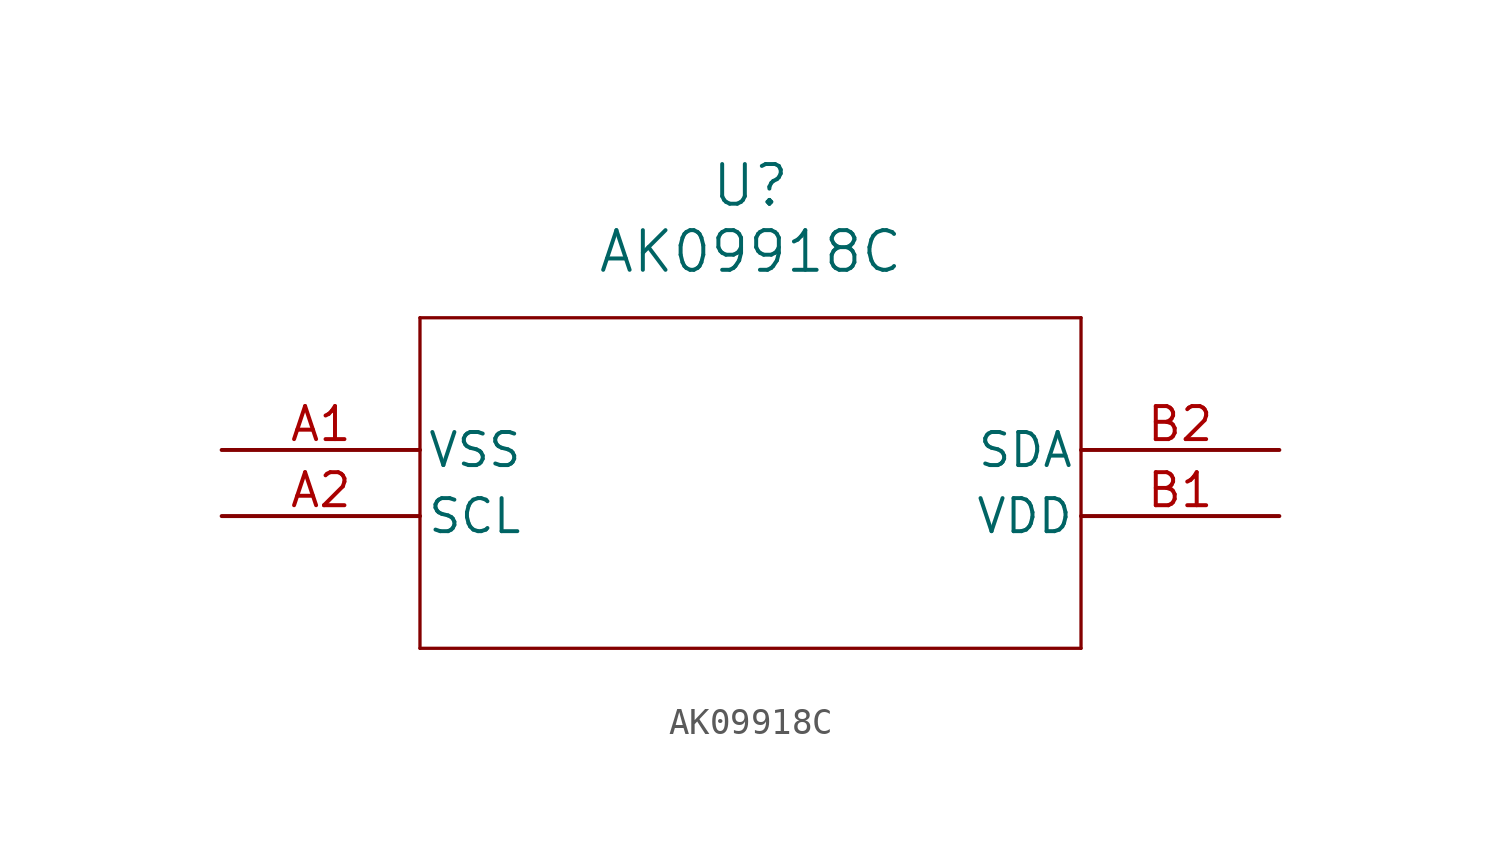
<source format=kicad_sym>
(kicad_symbol_lib
  (version 20211014)
  (generator kicad_symbol_editor)
  (symbol "AK09918C"
    (pin_names
      (offset 0.254))
    (property "Reference" "U"
      (at 20.32 10.16 0)
      (effects (font (size 1.524 1.524))))
    (property "Value" "AK09918C"
      (at 20.32 7.62 0)
      (effects (font (size 1.524 1.524))))
    (symbol "AK09918C_0_1"
      (polyline (pts (xy 7.62 5.08) (xy 7.62 -7.62)) (stroke (width 0.127) (type default) (color 0 0 0 0)) (fill (type none)))
      (polyline (pts (xy 7.62 -7.62) (xy 33.02 -7.62)) (stroke (width 0.127) (type default) (color 0 0 0 0)) (fill (type none)))
      (polyline (pts (xy 33.02 -7.62) (xy 33.02 5.08)) (stroke (width 0.127) (type default) (color 0 0 0 0)) (fill (type none)))
      (polyline (pts (xy 33.02 5.08) (xy 7.62 5.08)) (stroke (width 0.127) (type default) (color 0 0 0 0)) (fill (type none)))
      (pin power_out line (at 0 0 0) (length 7.62) (name "VSS" (effects (font (size 1.27 1.27)))) (number "A1" (effects (font (size 1.27 1.27)))))
      (pin input line (at 0 -2.54 0) (length 7.62) (name "SCL" (effects (font (size 1.27 1.27)))) (number "A2" (effects (font (size 1.27 1.27)))))
      (pin power_in line (at 40.64 -2.54 180) (length 7.62) (name "VDD" (effects (font (size 1.27 1.27)))) (number "B1" (effects (font (size 1.27 1.27)))))
      (pin bidirectional line (at 40.64 0 180) (length 7.62) (name "SDA" (effects (font (size 1.27 1.27)))) (number "B2" (effects (font (size 1.27 1.27))))))))
</source>
